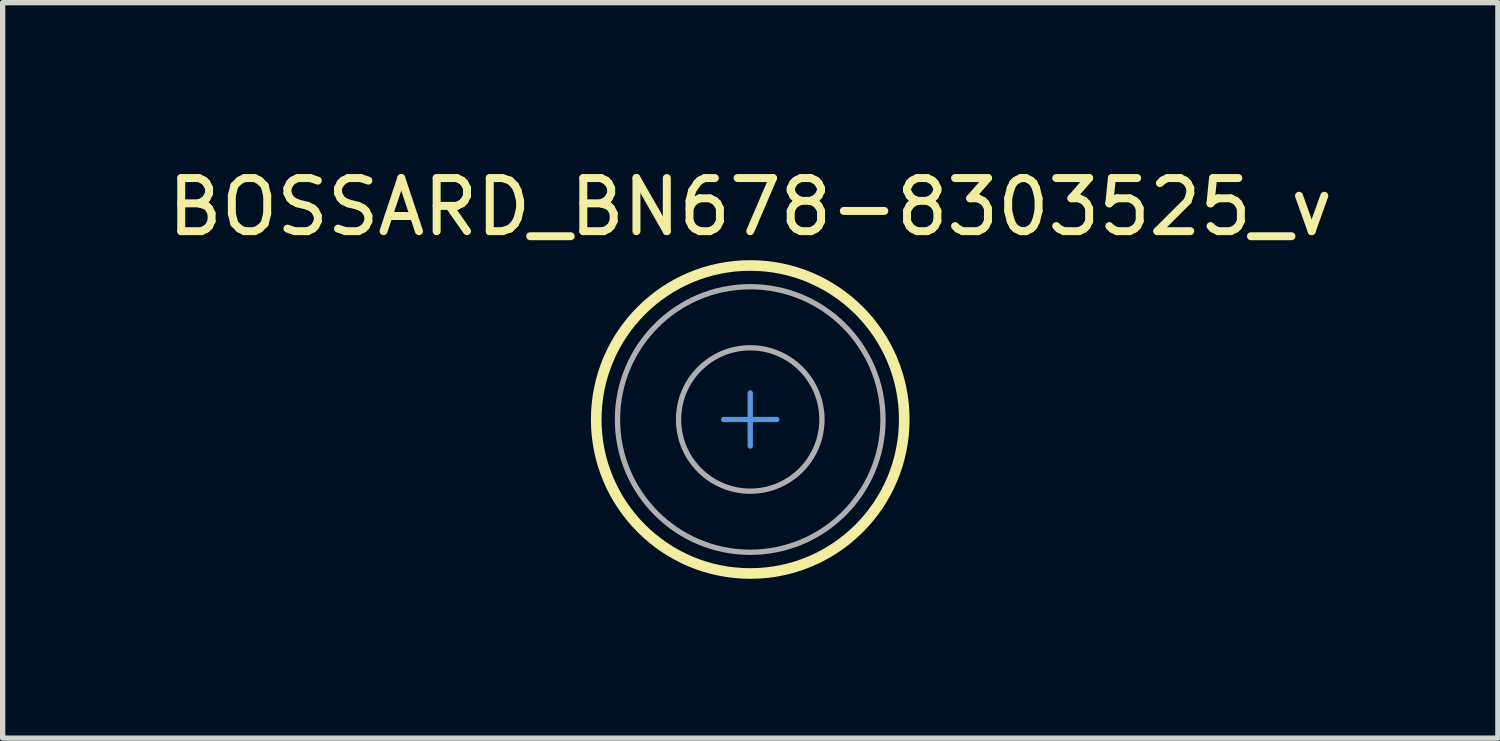
<source format=kicad_pcb>
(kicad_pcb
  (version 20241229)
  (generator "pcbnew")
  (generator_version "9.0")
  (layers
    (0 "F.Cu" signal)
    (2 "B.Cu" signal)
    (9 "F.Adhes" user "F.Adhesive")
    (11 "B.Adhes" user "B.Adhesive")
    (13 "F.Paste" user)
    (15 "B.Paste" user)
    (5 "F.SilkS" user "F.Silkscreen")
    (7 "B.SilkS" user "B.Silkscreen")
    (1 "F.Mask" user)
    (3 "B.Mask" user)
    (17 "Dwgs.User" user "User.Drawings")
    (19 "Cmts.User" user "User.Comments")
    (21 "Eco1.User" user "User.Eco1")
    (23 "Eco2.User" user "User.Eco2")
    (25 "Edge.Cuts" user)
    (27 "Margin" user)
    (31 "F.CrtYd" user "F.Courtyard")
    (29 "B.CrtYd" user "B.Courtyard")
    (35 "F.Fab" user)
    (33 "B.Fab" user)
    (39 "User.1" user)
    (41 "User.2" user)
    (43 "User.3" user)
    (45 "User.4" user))
  (footprint "BOSSARD_BN678-8303525_v"
    (layer "F.Cu")
    (at 11.077 4.849)
    (property "Reference" "BOSSARD_BN678-8303525_v" (at 0 -4.001 180) (layer "F.SilkS") (effects (font (size 1 1) (thickness 0.15))))
    (attr through_hole)
    (fp_circle (center 0 0) (end 2.9 0) (stroke (width 0.2) (type solid)) (fill no) (layer "F.SilkS"))
    (fp_line (start -0.5 0) (end 0 0) (stroke (width 0.1) (type solid)) (layer "Cmts.User"))
    (fp_line (start 0 0) (end 0 -0.5) (stroke (width 0.1) (type solid)) (layer "Cmts.User"))
    (fp_line (start 0 0) (end 0.5 0) (stroke (width 0.1) (type solid)) (layer "Cmts.User"))
    (fp_line (start 0 0.5) (end 0 0) (stroke (width 0.1) (type solid)) (layer "Cmts.User"))
    (fp_circle (center 0 0) (end 1.35 0) (stroke (width 0.1) (type solid)) (fill no) (layer "F.Fab"))
    (fp_circle (center 0 0) (end 2.5 0) (stroke (width 0.1) (type solid)) (fill no) (layer "F.Fab")))
  (gr_rect
    (start -3 -3)
    (end 25.155 10.849)
    (stroke (width 0.1) (type default))
    (fill no)
    (layer "Edge.Cuts")))
</source>
